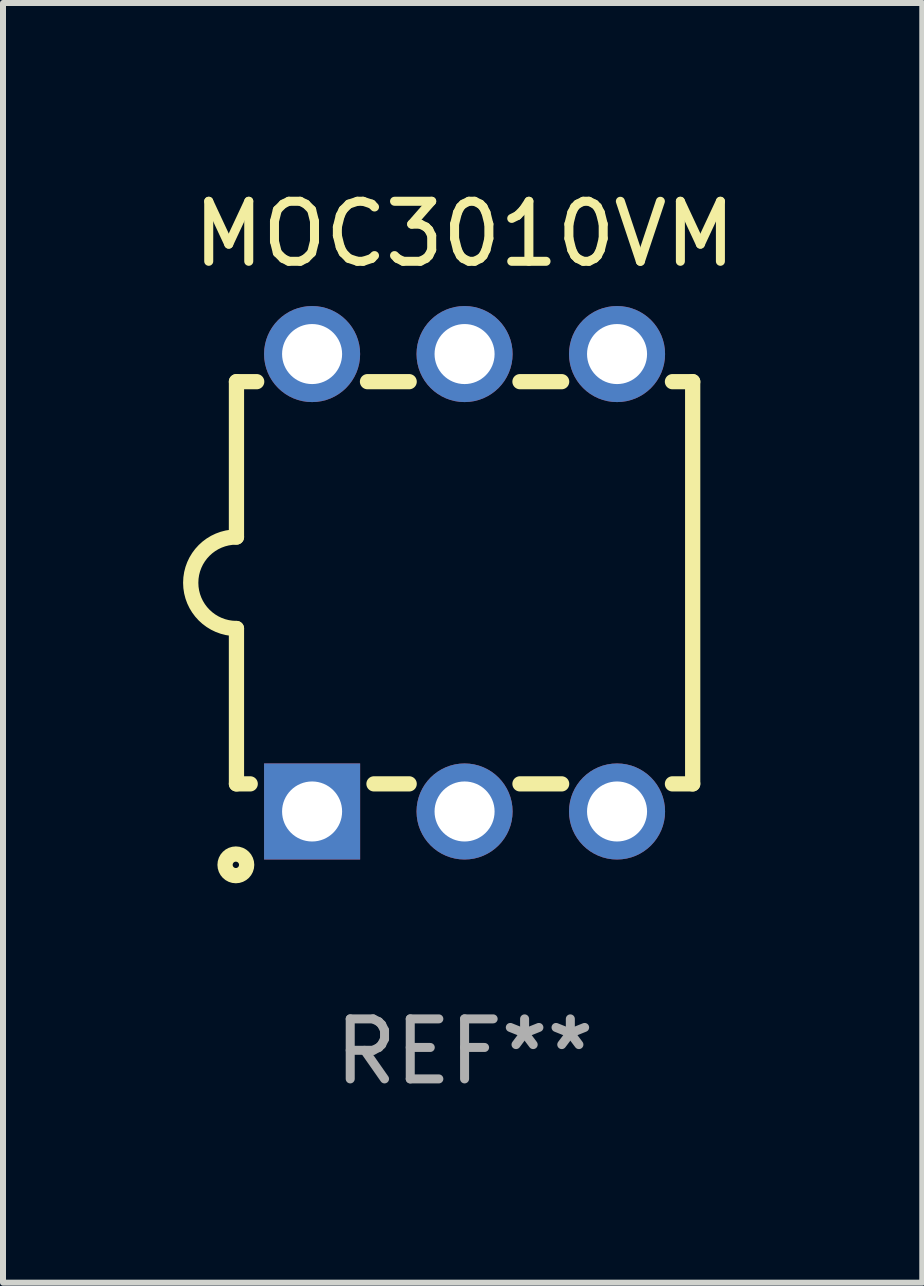
<source format=kicad_pcb>
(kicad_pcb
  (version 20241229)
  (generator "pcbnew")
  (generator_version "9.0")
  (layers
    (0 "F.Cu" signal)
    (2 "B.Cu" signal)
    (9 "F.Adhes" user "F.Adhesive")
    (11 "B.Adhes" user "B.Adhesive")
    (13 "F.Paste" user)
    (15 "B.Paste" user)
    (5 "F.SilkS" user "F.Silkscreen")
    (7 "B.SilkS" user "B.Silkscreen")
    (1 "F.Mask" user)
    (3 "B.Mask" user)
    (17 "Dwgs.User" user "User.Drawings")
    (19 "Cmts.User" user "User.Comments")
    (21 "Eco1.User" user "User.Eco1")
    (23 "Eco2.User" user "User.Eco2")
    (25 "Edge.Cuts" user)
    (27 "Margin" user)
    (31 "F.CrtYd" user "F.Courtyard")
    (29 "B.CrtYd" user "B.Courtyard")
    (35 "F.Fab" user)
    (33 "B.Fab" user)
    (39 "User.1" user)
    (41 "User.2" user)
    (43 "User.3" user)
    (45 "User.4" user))
  (footprint "MOC3010VM"
    (layer "F.Cu")
    (at 4.689 6.658)
    (property "Reference" "MOC3010VM" (at 0 -5.81 0) (layer "F.SilkS") (effects (font (size 1 1) (thickness 0.15))))
    (attr through_hole)
    (fp_line (start -3.8 3.35) (end -3.8 0.762) (stroke (width 0.254) (type solid)) (layer "F.SilkS"))
    (fp_line (start -3.8 3.35) (end -3.571 3.35) (stroke (width 0.254) (type solid)) (layer "F.SilkS"))
    (fp_line (start -3.8 -3.35) (end -3.8 -0.762) (stroke (width 0.254) (type solid)) (layer "F.SilkS"))
    (fp_line (start -3.8 -3.35) (end -3.463 -3.35) (stroke (width 0.254) (type solid)) (layer "F.SilkS"))
    (fp_line (start -1.617 -3.35) (end -0.923 -3.35) (stroke (width 0.254) (type solid)) (layer "F.SilkS"))
    (fp_line (start -1.509 3.35) (end -0.923 3.35) (stroke (width 0.254) (type solid)) (layer "F.SilkS"))
    (fp_line (start 0.923 -3.35) (end 1.617 -3.35) (stroke (width 0.254) (type solid)) (layer "F.SilkS"))
    (fp_line (start 0.923 3.35) (end 1.617 3.35) (stroke (width 0.254) (type solid)) (layer "F.SilkS"))
    (fp_line (start 3.463 -3.35) (end 3.8 -3.35) (stroke (width 0.254) (type solid)) (layer "F.SilkS"))
    (fp_line (start 3.463 3.35) (end 3.8 3.35) (stroke (width 0.254) (type solid)) (layer "F.SilkS"))
    (fp_line (start 3.8 -3.35) (end 3.8 3.35) (stroke (width 0.254) (type solid)) (layer "F.SilkS"))
    (fp_arc (start -3.800013 0.762002) (mid -4.561837 -0.000089) (end -3.799835 -0.762002) (stroke (width 0.254001) (type solid)) (layer "F.SilkS"))
    (fp_circle (center -3.81 4.699) (end -3.63 4.699) (stroke (width 0.254) (type solid)) (fill no) (layer "F.SilkS"))
    (fp_text user "REF**" (at 0 7.81 0) (layer "F.Fab") (effects (font (size 1 1) (thickness 0.15))))
    (pad "1" thru_hole rect (at -2.54 3.81) (size 1.6 1.6) (drill 1) (layers "*.Cu" "*.Mask"))
    (pad "2" thru_hole circle (at 0.000013 3.81) (size 1.6 1.6) (drill 1) (layers "*.Cu" "*.Mask"))
    (pad "3" thru_hole circle (at 2.54 3.81) (size 1.6 1.6) (drill 1) (layers "*.Cu" "*.Mask"))
    (pad "4" thru_hole circle (at 2.54 -3.81) (size 1.6 1.6) (drill 1) (layers "*.Cu" "*.Mask"))
    (pad "5" thru_hole circle (at 0.000013 -3.81) (size 1.6 1.6) (drill 1) (layers "*.Cu" "*.Mask"))
    (pad "6" thru_hole circle (at -2.54 -3.81) (size 1.6 1.6) (drill 1) (layers "*.Cu" "*.Mask")))
  (gr_rect
    (start -3 -3)
    (end 12.314 18.317)
    (stroke (width 0.1) (type default))
    (fill no)
    (layer "Edge.Cuts")))
</source>
